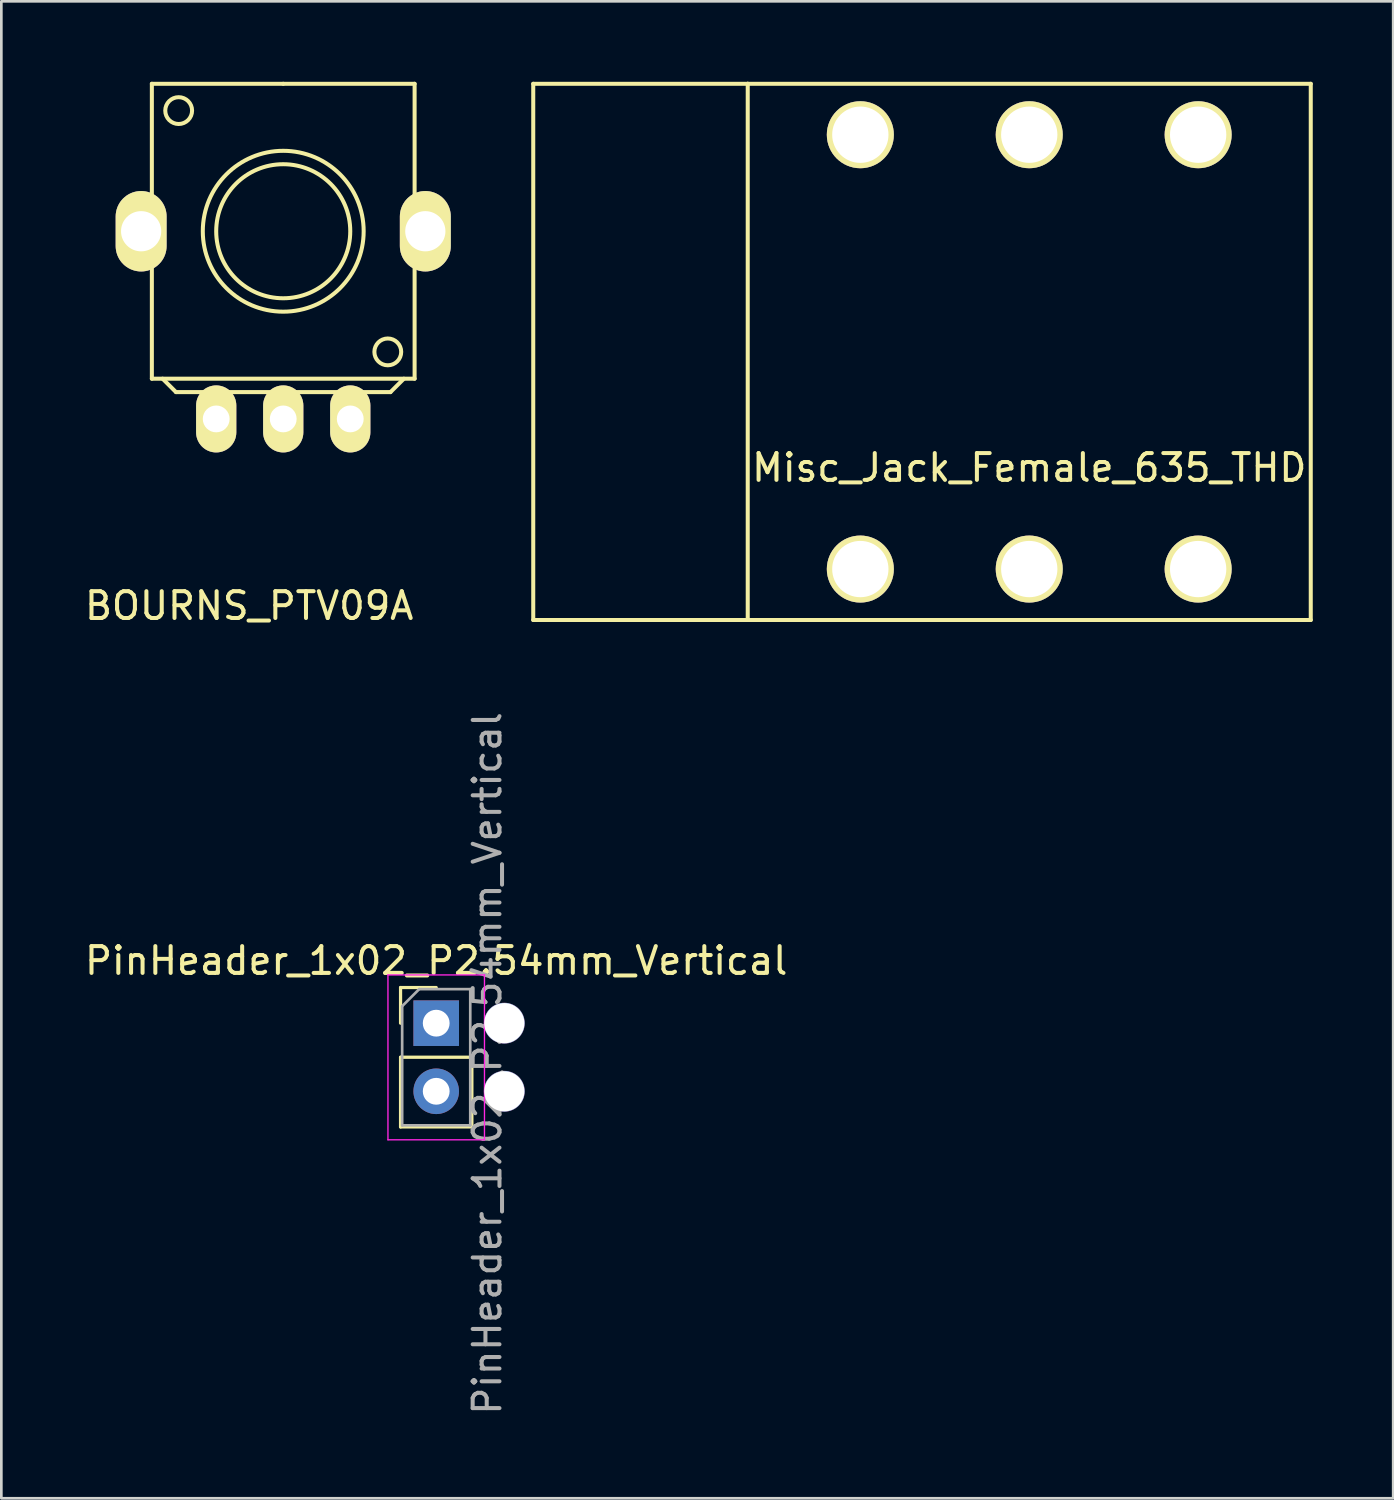
<source format=kicad_pcb>
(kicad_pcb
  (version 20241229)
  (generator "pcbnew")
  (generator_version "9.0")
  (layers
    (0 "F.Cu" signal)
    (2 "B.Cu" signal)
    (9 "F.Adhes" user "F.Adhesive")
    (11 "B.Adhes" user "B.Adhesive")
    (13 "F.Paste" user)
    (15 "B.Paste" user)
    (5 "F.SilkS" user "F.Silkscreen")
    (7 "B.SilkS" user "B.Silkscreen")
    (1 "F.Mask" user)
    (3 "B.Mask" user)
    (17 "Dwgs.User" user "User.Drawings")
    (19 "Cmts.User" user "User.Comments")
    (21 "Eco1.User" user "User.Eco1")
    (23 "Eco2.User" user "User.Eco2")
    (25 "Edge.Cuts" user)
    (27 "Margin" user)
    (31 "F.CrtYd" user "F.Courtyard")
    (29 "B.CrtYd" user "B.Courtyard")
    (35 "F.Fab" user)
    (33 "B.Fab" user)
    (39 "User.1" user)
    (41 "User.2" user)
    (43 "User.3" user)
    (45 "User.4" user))
  (footprint "Misc_Jack_Female_635_THD"
    (layer "F.Cu")
    (at 35.339 10.075)
    (property "Reference" "Misc_Jack_Female_635_THD" (at 0 4.318 0) (layer "F.SilkS") (effects (font (size 1 1) (thickness 0.15))))
    (attr through_hole)
    (fp_line (start -18.5 -10) (end -10.5 -10) (stroke (width 0.15) (type solid)) (layer "F.SilkS"))
    (fp_line (start -18.5 10) (end -18.5 -10) (stroke (width 0.15) (type solid)) (layer "F.SilkS"))
    (fp_line (start -10.5 -10) (end -10.5 10) (stroke (width 0.15) (type solid)) (layer "F.SilkS"))
    (fp_line (start -10.5 10) (end -18.5 10) (stroke (width 0.15) (type solid)) (layer "F.SilkS"))
    (fp_line (start -10.5 10) (end 10.5 10) (stroke (width 0.15) (type solid)) (layer "F.SilkS"))
    (fp_line (start 10.5 -10) (end -10.5 -10) (stroke (width 0.15) (type solid)) (layer "F.SilkS"))
    (fp_line (start 10.5 10) (end 10.5 -10) (stroke (width 0.15) (type solid)) (layer "F.SilkS"))
    (pad "R" thru_hole circle (at 0 -8.1) (size 2.5 2.5) (drill 2.1) (layers "*.Cu" "*.Mask" "F.SilkS"))
    (pad "RS" thru_hole circle (at 0 8.1) (size 2.5 2.5) (drill 2.1) (layers "*.Cu" "*.Mask" "F.SilkS"))
    (pad "S" thru_hole circle (at -6.3 -8.1) (size 2.5 2.5) (drill 2.1) (layers "*.Cu" "*.Mask" "F.SilkS"))
    (pad "SS" thru_hole circle (at -6.3 8.1) (size 2.5 2.5) (drill 2.1) (layers "*.Cu" "*.Mask" "F.SilkS"))
    (pad "T" thru_hole circle (at 6.3 -8.1) (size 2.5 2.5) (drill 2.1) (layers "*.Cu" "*.Mask" "F.SilkS"))
    (pad "TS" thru_hole circle (at 6.3 8.1) (size 2.5 2.5) (drill 2.1) (layers "*.Cu" "*.Mask" "F.SilkS")))
  (footprint "BOURNS_PTV09A"
    (layer "F.Cu")
    (at 7.514 5.575)
    (property "Reference" "BOURNS_PTV09A" (at -1.27 13.97 0) (layer "F.SilkS") (effects (font (size 1 1) (thickness 0.15))))
    (attr through_hole)
    (fp_line (start -4.9 -5.5) (end 0 -5.5) (stroke (width 0.15) (type solid)) (layer "F.SilkS"))
    (fp_line (start -4.9 5.5) (end -4.9 -5.5) (stroke (width 0.15) (type solid)) (layer "F.SilkS"))
    (fp_line (start -4 6) (end -4.5 5.5) (stroke (width 0.15) (type solid)) (layer "F.SilkS"))
    (fp_line (start 0 -5.5) (end 4.9 -5.5) (stroke (width 0.15) (type solid)) (layer "F.SilkS"))
    (fp_line (start 4 6) (end -4 6) (stroke (width 0.15) (type solid)) (layer "F.SilkS"))
    (fp_line (start 4.5 5.5) (end 4 6) (stroke (width 0.15) (type solid)) (layer "F.SilkS"))
    (fp_line (start 4.9 -5.5) (end 4.9 5.5) (stroke (width 0.15) (type solid)) (layer "F.SilkS"))
    (fp_line (start 4.9 5.5) (end -4.9 5.5) (stroke (width 0.15) (type solid)) (layer "F.SilkS"))
    (fp_circle (center -3.9 -4.5) (end -3.9 -5) (stroke (width 0.15) (type solid)) (fill no) (layer "F.SilkS"))
    (fp_circle (center 0 0) (end -3 0) (stroke (width 0.15) (type solid)) (fill no) (layer "F.SilkS"))
    (fp_circle (center 0 0) (end -2.5 0) (stroke (width 0.15) (type solid)) (fill no) (layer "F.SilkS"))
    (fp_circle (center 3.9 4.5) (end 3.9 5) (stroke (width 0.15) (type solid)) (fill no) (layer "F.SilkS"))
    (pad "1" thru_hole oval (at -2.5 7) (size 1.5 2.5) (drill 1) (layers "*.Cu" "*.Mask" "F.SilkS"))
    (pad "2" thru_hole oval (at 0 7) (size 1.5 2.5) (drill 1) (layers "*.Cu" "*.Mask" "F.SilkS"))
    (pad "3" thru_hole oval (at 2.5 7) (size 1.5 2.5) (drill 1) (layers "*.Cu" "*.Mask" "F.SilkS"))
    (pad "4" thru_hole oval (at 5.3 0) (size 1.9 3) (drill 1.5) (layers "*.Cu" "*.Mask" "F.SilkS"))
    (pad "6" thru_hole oval (at -5.3 0) (size 1.9 3) (drill 1.5) (layers "*.Cu" "*.Mask" "F.SilkS")))
  (footprint "PinHeader_1x02_P2.54mm_Vertical"
    (layer "F.Cu")
    (at 13.22 35.113)
    (property "Reference" "PinHeader_1x02_P2.54mm_Vertical" (at 0 -2.33 180) (layer "F.SilkS") (effects (font (size 1 1) (thickness 0.15))))
    (attr through_hole)
    (fp_line (start -1.33 -1.33) (end 0 -1.33) (stroke (width 0.12) (type solid)) (layer "F.SilkS"))
    (fp_line (start -1.33 0) (end -1.33 -1.33) (stroke (width 0.12) (type solid)) (layer "F.SilkS"))
    (fp_line (start -1.33 1.27) (end -1.33 3.87) (stroke (width 0.12) (type solid)) (layer "F.SilkS"))
    (fp_line (start -1.33 1.27) (end 1.33 1.27) (stroke (width 0.12) (type solid)) (layer "F.SilkS"))
    (fp_line (start -1.33 3.87) (end 1.33 3.87) (stroke (width 0.12) (type solid)) (layer "F.SilkS"))
    (fp_line (start 1.33 1.27) (end 1.33 3.87) (stroke (width 0.12) (type solid)) (layer "F.SilkS"))
    (fp_line (start -1.8 -1.8) (end -1.8 4.35) (stroke (width 0.05) (type solid)) (layer "F.CrtYd"))
    (fp_line (start -1.8 4.35) (end 1.8 4.35) (stroke (width 0.05) (type solid)) (layer "F.CrtYd"))
    (fp_line (start 1.8 -1.8) (end -1.8 -1.8) (stroke (width 0.05) (type solid)) (layer "F.CrtYd"))
    (fp_line (start 1.8 4.35) (end 1.8 -1.8) (stroke (width 0.05) (type solid)) (layer "F.CrtYd"))
    (fp_line (start -1.27 -0.635) (end -0.635 -1.27) (stroke (width 0.1) (type solid)) (layer "F.Fab"))
    (fp_line (start -1.27 3.81) (end -1.27 -0.635) (stroke (width 0.1) (type solid)) (layer "F.Fab"))
    (fp_line (start -0.635 -1.27) (end 1.27 -1.27) (stroke (width 0.1) (type solid)) (layer "F.Fab"))
    (fp_line (start 1.27 -1.27) (end 1.27 3.81) (stroke (width 0.1) (type solid)) (layer "F.Fab"))
    (fp_line (start 1.27 3.81) (end -1.27 3.81) (stroke (width 0.1) (type solid)) (layer "F.Fab"))
    (fp_text user "${REFERENCE}" (at 1.905 1.5 90) (layer "F.Fab") (effects (font (size 1 1) (thickness 0.15))))
    (pad "" np_thru_hole circle (at 2.54 0) (size 1.524 1.524) (drill 1.5) (layers "*.Cu" "*.Mask"))
    (pad "" np_thru_hole circle (at 2.54 2.54) (size 1.524 1.524) (drill 1.5) (layers "*.Cu" "*.Mask"))
    (pad "1" thru_hole rect (at 0 0) (size 1.7 1.7) (drill 1) (layers "*.Cu" "*.Mask"))
    (pad "2" thru_hole oval (at 0 2.54) (size 1.7 1.7) (drill 1) (layers "*.Cu" "*.Mask")))
  (gr_rect
    (start -3 -3)
    (end 48.914 52.834)
    (stroke (width 0.1) (type default))
    (fill no)
    (layer "Edge.Cuts")))
</source>
